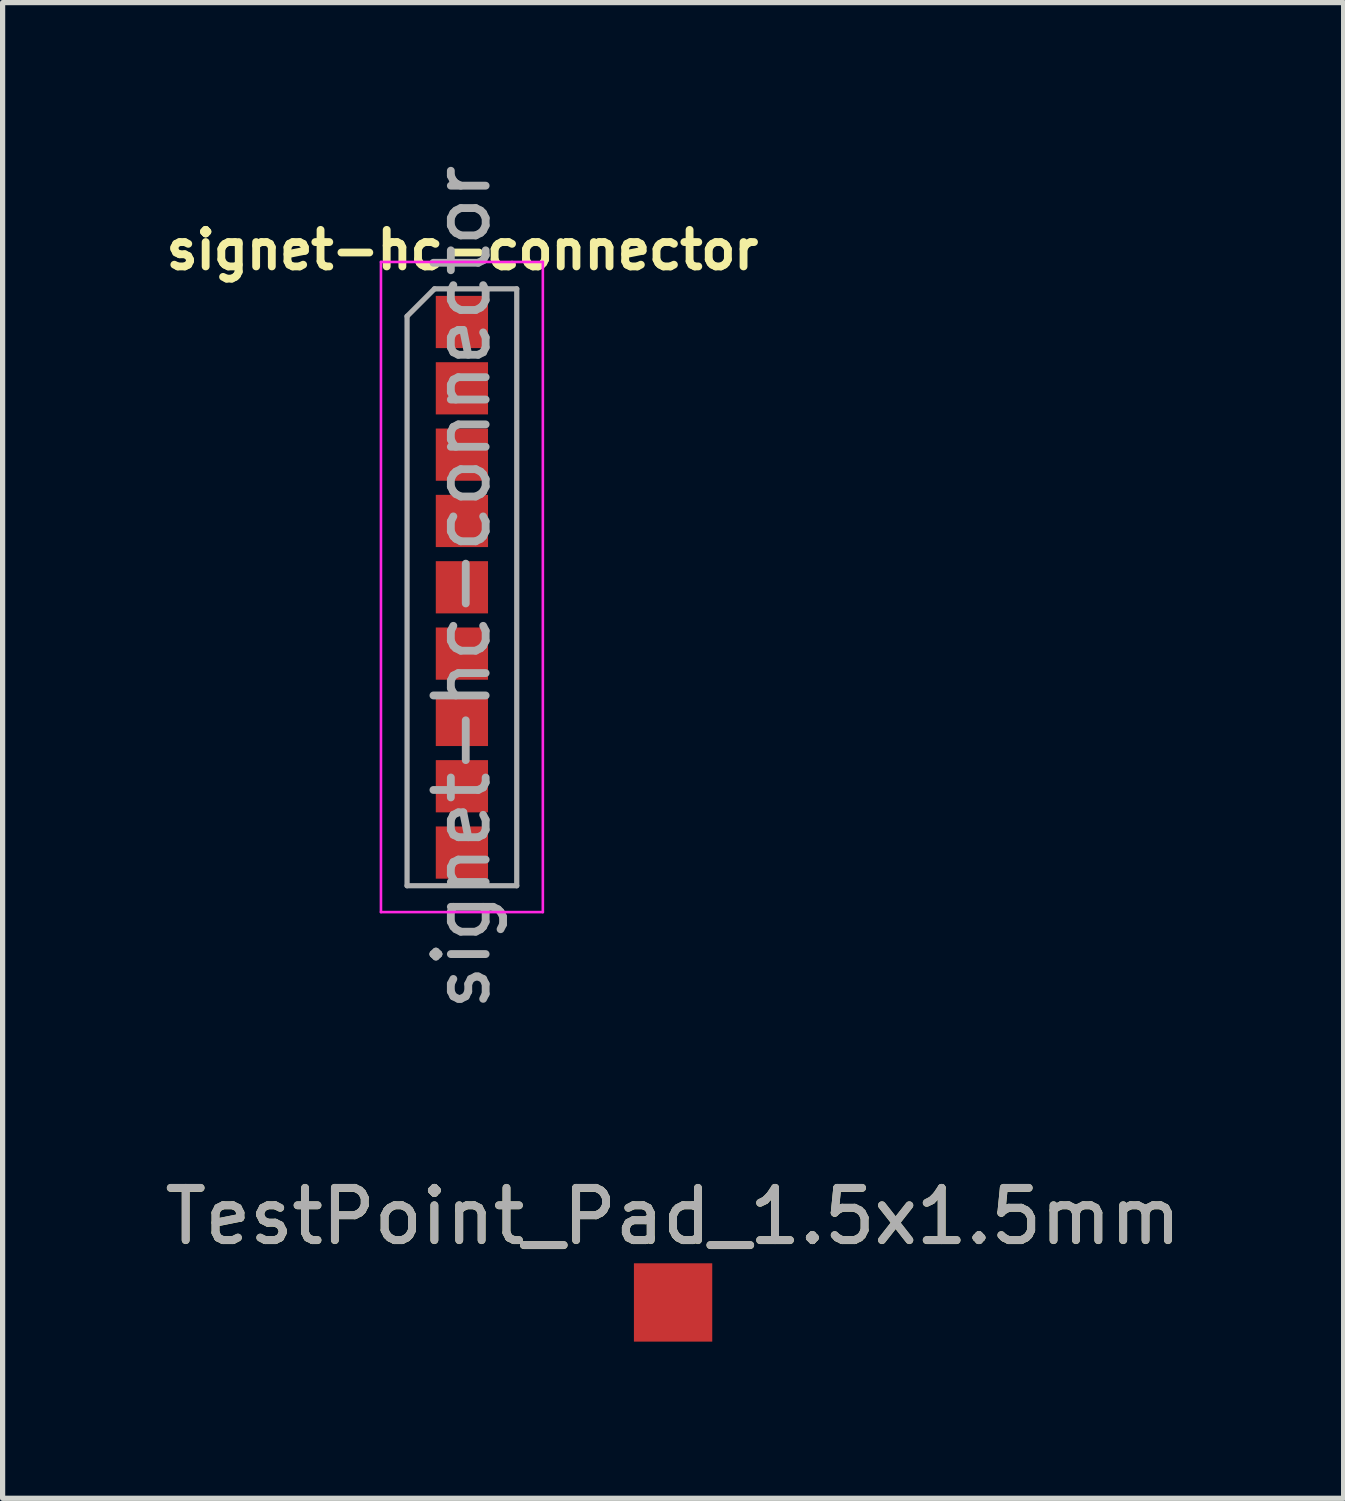
<source format=kicad_pcb>
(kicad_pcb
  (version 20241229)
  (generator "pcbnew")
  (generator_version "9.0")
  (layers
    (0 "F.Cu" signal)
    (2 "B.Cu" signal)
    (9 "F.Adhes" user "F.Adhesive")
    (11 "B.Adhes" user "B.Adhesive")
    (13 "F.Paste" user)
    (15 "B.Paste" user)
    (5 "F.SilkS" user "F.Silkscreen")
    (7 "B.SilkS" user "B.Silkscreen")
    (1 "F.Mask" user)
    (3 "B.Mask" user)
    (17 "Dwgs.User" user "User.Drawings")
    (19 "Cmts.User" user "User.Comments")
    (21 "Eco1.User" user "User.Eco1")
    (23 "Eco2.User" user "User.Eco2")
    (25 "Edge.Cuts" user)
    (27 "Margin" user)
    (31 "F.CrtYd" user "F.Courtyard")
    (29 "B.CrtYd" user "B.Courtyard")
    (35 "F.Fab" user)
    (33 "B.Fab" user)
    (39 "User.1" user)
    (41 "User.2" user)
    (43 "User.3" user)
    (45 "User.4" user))
  (footprint "TestPoint_Pad_1.5x1.5mm"
    (layer "F.Cu")
    (at 9.839 21.891)
    (property "Reference" "TestPoint_Pad_1.5x1.5mm" (at 0 -1.648 0) (layer "F.SilkS") (effects (font (size 1 1) (thickness 0.15))))
    (attr exclude_from_pos_files exclude_from_bom)
    (fp_text user "${REFERENCE}" (at 0 -1.65 0) (layer "F.Fab") (effects (font (size 1 1) (thickness 0.15))))
    (pad "1" smd rect (at 0 0) (size 1.5 1.5) (layers "F.Cu" "F.Mask")))
  (footprint "signet-hc-connector"
    (layer "F.Cu")
    (at 5.795 3.116)
    (property "Reference" "signet-hc-connector" (at 0.01 -1.38 0) (layer "F.SilkS") (effects (font (size 0.7 0.7) (thickness 0.15))))
    (attr through_hole)
    (fp_line (start -1.55 -1.15) (end -1.55 11.3) (stroke (width 0.05) (type solid)) (layer "F.CrtYd"))
    (fp_line (start -1.55 11.3) (end 1.55 11.3) (stroke (width 0.05) (type solid)) (layer "F.CrtYd"))
    (fp_line (start 1.55 -1.15) (end -1.55 -1.15) (stroke (width 0.05) (type solid)) (layer "F.CrtYd"))
    (fp_line (start 1.55 11.3) (end 1.55 -1.15) (stroke (width 0.05) (type solid)) (layer "F.CrtYd"))
    (fp_line (start -1.05 -0.11) (end -0.525 -0.635) (stroke (width 0.1) (type solid)) (layer "F.Fab"))
    (fp_line (start -1.05 10.795) (end -1.05 -0.11) (stroke (width 0.1) (type solid)) (layer "F.Fab"))
    (fp_line (start -0.525 -0.635) (end 1.05 -0.635) (stroke (width 0.1) (type solid)) (layer "F.Fab"))
    (fp_line (start 1.05 -0.635) (end 1.05 10.795) (stroke (width 0.1) (type solid)) (layer "F.Fab"))
    (fp_line (start 1.05 10.795) (end -1.05 10.795) (stroke (width 0.1) (type solid)) (layer "F.Fab"))
    (fp_text user "${REFERENCE}" (at 0 5.08 90) (layer "F.Fab") (effects (font (size 1 1) (thickness 0.15))))
    (pad "1" smd rect (at 0 0) (size 1 1) (layers "F.Cu" "F.Mask" "F.Paste"))
    (pad "2" smd rect (at 0 1.27) (size 1 1) (layers "F.Cu" "F.Mask" "F.Paste"))
    (pad "3" smd rect (at 0 2.54) (size 1 1) (layers "F.Cu" "F.Mask" "F.Paste"))
    (pad "4" smd rect (at 0 3.81) (size 1 1) (layers "F.Cu" "F.Mask" "F.Paste"))
    (pad "5" smd rect (at 0 5.08) (size 1 1) (layers "F.Cu" "F.Mask" "F.Paste"))
    (pad "6" smd rect (at 0 6.35) (size 1 1) (layers "F.Cu" "F.Mask" "F.Paste"))
    (pad "7" smd rect (at 0 7.62) (size 1 1) (layers "F.Cu" "F.Mask" "F.Paste"))
    (pad "8" smd rect (at 0 8.89) (size 1 1) (layers "F.Cu" "F.Mask" "F.Paste"))
    (pad "9" smd rect (at 0 10.16) (size 1 1) (layers "F.Cu" "F.Mask" "F.Paste")))
  (gr_rect
    (start -3 -3)
    (end 22.679 25.641)
    (stroke (width 0.1) (type default))
    (fill no)
    (layer "Edge.Cuts")))
</source>
